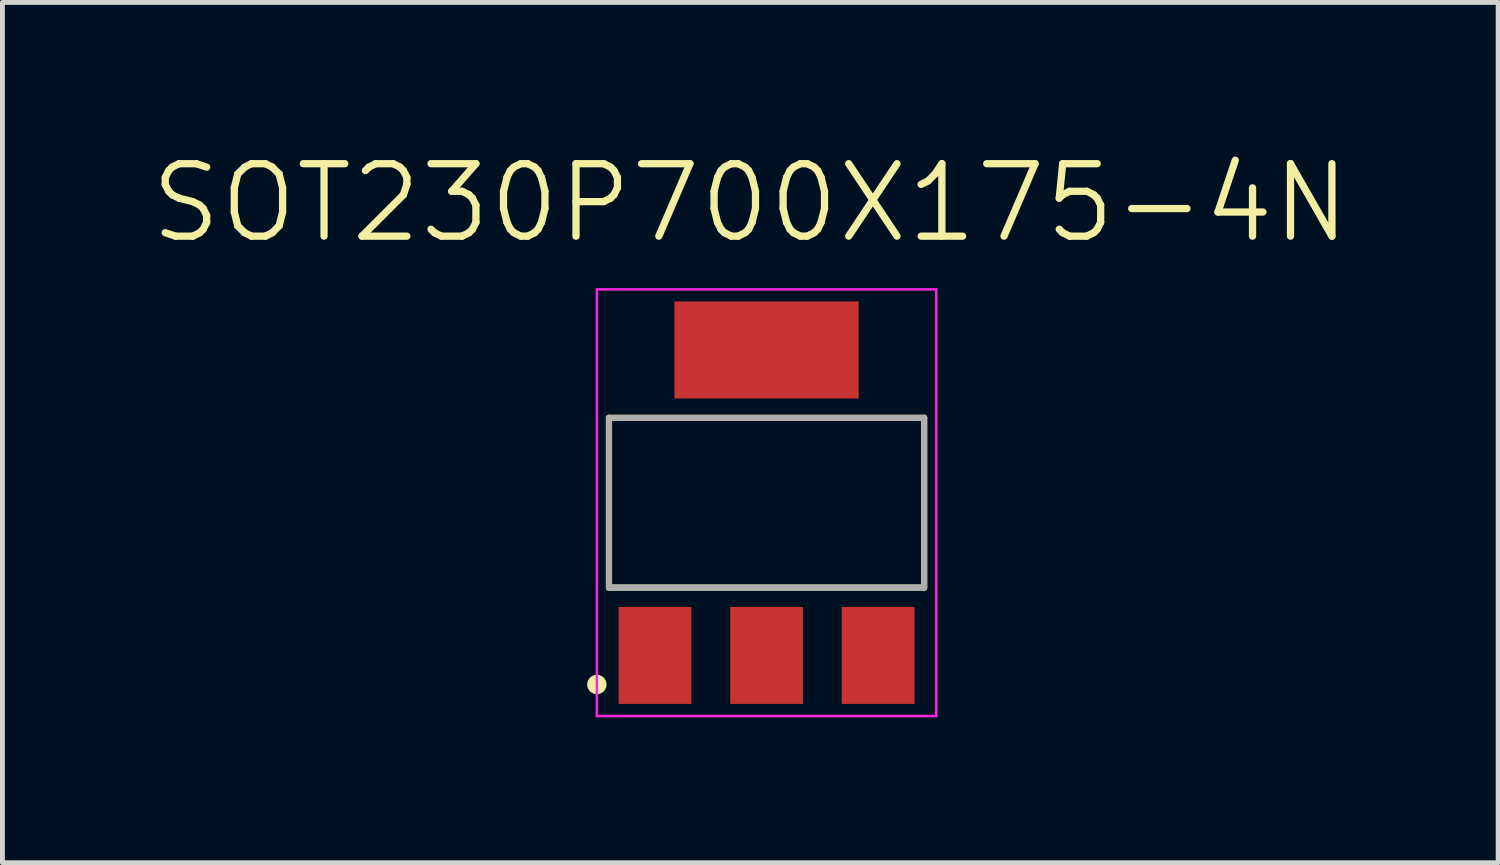
<source format=kicad_pcb>
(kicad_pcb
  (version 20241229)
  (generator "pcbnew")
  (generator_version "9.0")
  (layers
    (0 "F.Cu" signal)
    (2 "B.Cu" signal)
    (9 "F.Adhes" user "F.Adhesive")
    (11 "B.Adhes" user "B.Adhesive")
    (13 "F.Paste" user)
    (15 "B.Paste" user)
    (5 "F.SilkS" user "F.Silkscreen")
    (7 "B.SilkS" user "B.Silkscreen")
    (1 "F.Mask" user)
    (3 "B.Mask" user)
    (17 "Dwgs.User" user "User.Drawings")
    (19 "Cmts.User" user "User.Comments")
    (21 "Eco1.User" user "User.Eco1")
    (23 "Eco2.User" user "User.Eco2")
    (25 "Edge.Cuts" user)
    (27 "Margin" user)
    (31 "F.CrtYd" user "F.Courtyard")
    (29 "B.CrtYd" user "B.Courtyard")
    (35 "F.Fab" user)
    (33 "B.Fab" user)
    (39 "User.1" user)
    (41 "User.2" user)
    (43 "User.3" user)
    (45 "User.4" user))
  (footprint "SOT230P700X175-4N"
    (layer "F.Cu")
    (at 12.76 7.318)
    (property "Reference" "SOT230P700X175-4N" (at -0.335 -6.181 0) (layer "F.SilkS") (effects (font (size 1.495 1.495) (thickness 0.15))))
    (attr through_hole)
    (fp_line (start -3.25 -1.75) (end 3.25 -1.75) (stroke (width 0.127) (type solid)) (layer "F.SilkS"))
    (fp_line (start -3.25 1.75) (end -3.25 -1.75) (stroke (width 0.127) (type solid)) (layer "F.SilkS"))
    (fp_line (start 3.25 -1.75) (end 3.25 1.75) (stroke (width 0.127) (type solid)) (layer "F.SilkS"))
    (fp_line (start 3.25 1.75) (end -3.25 1.75) (stroke (width 0.127) (type solid)) (layer "F.SilkS"))
    (fp_circle (center -3.5 3.75) (end -3.4 3.75) (stroke (width 0.2) (type solid)) (fill no) (layer "F.SilkS"))
    (fp_line (start -3.5 -4.4) (end 3.5 -4.4) (stroke (width 0.05) (type solid)) (layer "F.CrtYd"))
    (fp_line (start -3.5 4.4) (end -3.5 -4.4) (stroke (width 0.05) (type solid)) (layer "F.CrtYd"))
    (fp_line (start 3.5 -4.4) (end 3.5 4.4) (stroke (width 0.05) (type solid)) (layer "F.CrtYd"))
    (fp_line (start 3.5 4.4) (end -3.5 4.4) (stroke (width 0.05) (type solid)) (layer "F.CrtYd"))
    (fp_line (start -3.25 -1.75) (end 3.25 -1.75) (stroke (width 0.127) (type solid)) (layer "F.Fab"))
    (fp_line (start -3.25 1.75) (end -3.25 -1.75) (stroke (width 0.127) (type solid)) (layer "F.Fab"))
    (fp_line (start 3.25 -1.75) (end 3.25 1.75) (stroke (width 0.127) (type solid)) (layer "F.Fab"))
    (fp_line (start 3.25 1.75) (end -3.25 1.75) (stroke (width 0.127) (type solid)) (layer "F.Fab"))
    (pad "1" smd rect (at -2.3 3.15) (size 1.5 2) (layers "F.Cu" "F.Mask" "F.Paste"))
    (pad "2" smd rect (at 0 3.15) (size 1.5 2) (layers "F.Cu" "F.Mask" "F.Paste"))
    (pad "3" smd rect (at 2.3 3.15) (size 1.5 2) (layers "F.Cu" "F.Mask" "F.Paste"))
    (pad "4" smd rect (at 0 -3.15) (size 3.8 2) (layers "F.Cu" "F.Mask" "F.Paste")))
  (gr_rect
    (start -3 -3)
    (end 27.849 14.743)
    (stroke (width 0.1) (type default))
    (fill no)
    (layer "Edge.Cuts")))
</source>
